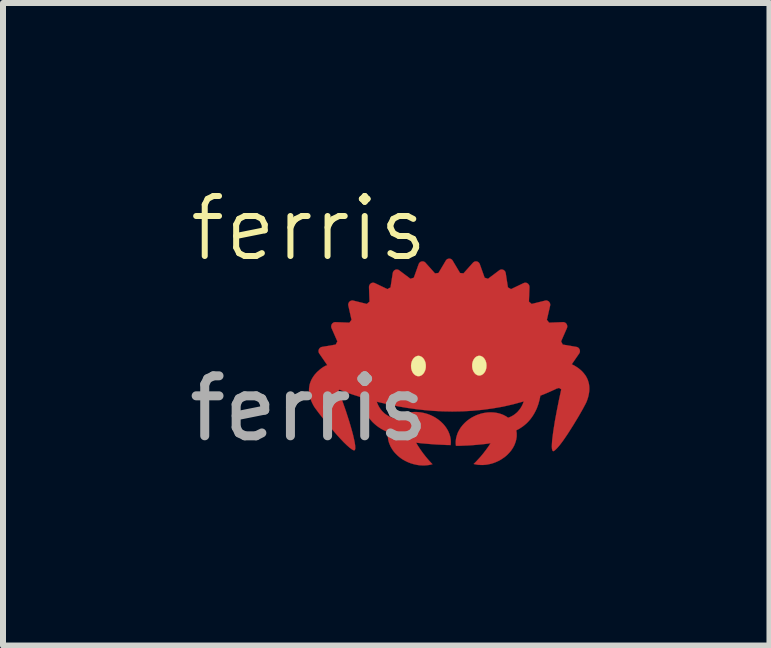
<source format=kicad_pcb>
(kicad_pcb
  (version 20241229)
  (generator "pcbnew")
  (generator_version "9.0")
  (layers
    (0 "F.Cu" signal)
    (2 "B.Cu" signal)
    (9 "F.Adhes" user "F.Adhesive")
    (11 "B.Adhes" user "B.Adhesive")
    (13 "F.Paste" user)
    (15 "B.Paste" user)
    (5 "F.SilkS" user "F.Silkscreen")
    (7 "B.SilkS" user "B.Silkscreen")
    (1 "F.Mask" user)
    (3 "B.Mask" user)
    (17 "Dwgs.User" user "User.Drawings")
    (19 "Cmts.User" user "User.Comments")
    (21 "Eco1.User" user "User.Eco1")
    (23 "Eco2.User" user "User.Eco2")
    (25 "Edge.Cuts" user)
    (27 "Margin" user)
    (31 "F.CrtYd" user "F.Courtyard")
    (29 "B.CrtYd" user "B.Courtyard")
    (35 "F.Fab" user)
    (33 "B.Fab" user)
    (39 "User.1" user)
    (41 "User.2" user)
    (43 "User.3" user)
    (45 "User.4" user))
  (footprint "ferris"
    (layer "F.Cu")
    (at 2.101 1.26)
    (property "Reference" "ferris" (at 0 -0.5 0) (unlocked yes) (layer "F.SilkS") (effects (font (size 1 1) (thickness 0.1))))
    (attr smd)
    (fp_poly (pts (xy 1.929 1.562) (xy 1.949 1.564) (xy 1.968 1.566) (xy 1.988 1.57) (xy 2.008 1.576) (xy 2.027 1.582) (xy 2.047 1.591) (xy 2.066 1.601) (xy 2.084 1.614) (xy 2.102 1.628) (xy 2.119 1.645) (xy 2.135 1.663) (xy 2.15 1.685) (xy 2.164 1.709) (xy 2.177 1.735) (xy 2.188 1.764) (xy 2.198 1.797) (xy 2.202 1.815) (xy 2.205 1.836) (xy 2.208 1.863) (xy 2.21 1.895) (xy 2.21 1.931) (xy 2.207 1.969) (xy 2.204 1.989) (xy 2.2 2.009) (xy 2.195 2.03) (xy 2.188 2.05) (xy 2.18 2.07) (xy 2.171 2.089) (xy 2.16 2.108) (xy 2.147 2.127) (xy 2.133 2.144) (xy 2.116 2.161) (xy 2.097 2.176) (xy 2.077 2.19) (xy 2.053 2.203) (xy 2.028 2.214) (xy 2 2.223) (xy 1.969 2.231) (xy 1.936 2.237) (xy 1.899 2.24) (xy 1.878 2.235) (xy 1.854 2.227) (xy 1.824 2.216) (xy 1.791 2.2) (xy 1.755 2.18) (xy 1.737 2.168) (xy 1.719 2.154) (xy 1.702 2.139) (xy 1.686 2.123) (xy 1.67 2.104) (xy 1.656 2.085) (xy 1.644 2.063) (xy 1.633 2.04) (xy 1.624 2.014) (xy 1.618 1.987) (xy 1.614 1.958) (xy 1.613 1.927) (xy 1.615 1.894) (xy 1.62 1.859) (xy 1.629 1.821) (xy 1.641 1.781) (xy 1.658 1.739) (xy 1.679 1.695) (xy 1.704 1.648) (xy 1.735 1.598) (xy 1.735 1.598) (xy 1.75 1.592) (xy 1.769 1.585) (xy 1.793 1.578) (xy 1.822 1.571) (xy 1.855 1.566) (xy 1.873 1.564) (xy 1.891 1.562) (xy 1.91 1.562)) (stroke (width 0.004) (type solid)) (fill yes) (layer "F.Cu"))
    (fp_poly (pts (xy 2.915 1.558) (xy 2.933 1.56) (xy 2.951 1.563) (xy 2.97 1.568) (xy 2.989 1.575) (xy 3.008 1.584) (xy 3.028 1.595) (xy 3.048 1.608) (xy 3.067 1.623) (xy 3.087 1.641) (xy 3.107 1.661) (xy 3.114 1.675) (xy 3.131 1.712) (xy 3.141 1.738) (xy 3.151 1.768) (xy 3.161 1.8) (xy 3.17 1.836) (xy 3.173 1.854) (xy 3.176 1.873) (xy 3.179 1.892) (xy 3.181 1.911) (xy 3.181 1.931) (xy 3.181 1.95) (xy 3.18 1.969) (xy 3.178 1.988) (xy 3.174 2.007) (xy 3.169 2.026) (xy 3.163 2.044) (xy 3.155 2.062) (xy 3.146 2.079) (xy 3.135 2.096) (xy 3.122 2.111) (xy 3.107 2.126) (xy 3.095 2.135) (xy 3.081 2.145) (xy 3.062 2.157) (xy 3.039 2.17) (xy 3.013 2.184) (xy 2.983 2.197) (xy 2.968 2.202) (xy 2.952 2.208) (xy 2.935 2.213) (xy 2.918 2.217) (xy 2.901 2.22) (xy 2.883 2.222) (xy 2.866 2.223) (xy 2.848 2.223) (xy 2.83 2.221) (xy 2.813 2.218) (xy 2.795 2.213) (xy 2.778 2.207) (xy 2.761 2.199) (xy 2.744 2.189) (xy 2.728 2.177) (xy 2.712 2.162) (xy 2.697 2.146) (xy 2.682 2.126) (xy 2.675 2.119) (xy 2.667 2.109) (xy 2.657 2.095) (xy 2.646 2.078) (xy 2.64 2.068) (xy 2.634 2.057) (xy 2.629 2.045) (xy 2.624 2.032) (xy 2.619 2.019) (xy 2.614 2.004) (xy 2.61 1.989) (xy 2.607 1.973) (xy 2.604 1.956) (xy 2.602 1.938) (xy 2.602 1.919) (xy 2.602 1.9) (xy 2.603 1.879) (xy 2.606 1.858) (xy 2.61 1.836) (xy 2.615 1.814) (xy 2.622 1.79) (xy 2.63 1.766) (xy 2.64 1.741) (xy 2.652 1.715) (xy 2.666 1.689) (xy 2.682 1.661) (xy 2.692 1.652) (xy 2.703 1.641) (xy 2.719 1.629) (xy 2.738 1.615) (xy 2.749 1.607) (xy 2.761 1.6) (xy 2.773 1.593) (xy 2.787 1.586) (xy 2.801 1.58) (xy 2.815 1.574) (xy 2.83 1.569) (xy 2.846 1.565) (xy 2.863 1.562) (xy 2.879 1.559) (xy 2.897 1.558)) (stroke (width 0.004) (type solid)) (fill yes) (layer "F.Cu"))
    (fp_poly (pts (xy 1.801 1.585) (xy 1.807 1.585) (xy 1.813 1.586) (xy 1.819 1.588) (xy 1.825 1.59) (xy 1.831 1.592) (xy 1.837 1.595) (xy 1.843 1.598) (xy 1.848 1.601) (xy 1.853 1.605) (xy 1.858 1.609) (xy 1.863 1.613) (xy 1.868 1.618) (xy 1.873 1.623) (xy 1.877 1.628) (xy 1.882 1.634) (xy 1.886 1.64) (xy 1.89 1.646) (xy 1.893 1.652) (xy 1.897 1.659) (xy 1.9 1.666) (xy 1.903 1.673) (xy 1.905 1.68) (xy 1.908 1.688) (xy 1.91 1.695) (xy 1.912 1.703) (xy 1.914 1.711) (xy 1.915 1.72) (xy 1.916 1.728) (xy 1.917 1.736) (xy 1.917 1.745) (xy 1.918 1.754) (xy 1.917 1.771) (xy 1.915 1.788) (xy 1.912 1.804) (xy 1.908 1.819) (xy 1.903 1.834) (xy 1.897 1.848) (xy 1.89 1.861) (xy 1.882 1.873) (xy 1.873 1.884) (xy 1.868 1.889) (xy 1.863 1.894) (xy 1.858 1.898) (xy 1.853 1.902) (xy 1.848 1.906) (xy 1.843 1.909) (xy 1.837 1.912) (xy 1.831 1.915) (xy 1.825 1.917) (xy 1.819 1.919) (xy 1.813 1.921) (xy 1.807 1.922) (xy 1.801 1.922) (xy 1.795 1.923) (xy 1.788 1.922) (xy 1.782 1.922) (xy 1.776 1.921) (xy 1.77 1.919) (xy 1.764 1.917) (xy 1.758 1.915) (xy 1.752 1.912) (xy 1.747 1.909) (xy 1.741 1.906) (xy 1.736 1.902) (xy 1.731 1.898) (xy 1.726 1.894) (xy 1.721 1.889) (xy 1.716 1.884) (xy 1.712 1.879) (xy 1.708 1.873) (xy 1.704 1.867) (xy 1.7 1.861) (xy 1.696 1.855) (xy 1.693 1.848) (xy 1.69 1.841) (xy 1.687 1.834) (xy 1.684 1.827) (xy 1.681 1.819) (xy 1.679 1.812) (xy 1.677 1.804) (xy 1.676 1.796) (xy 1.674 1.788) (xy 1.673 1.779) (xy 1.672 1.771) (xy 1.672 1.762) (xy 1.672 1.754) (xy 1.672 1.736) (xy 1.674 1.72) (xy 1.677 1.703) (xy 1.681 1.688) (xy 1.687 1.673) (xy 1.693 1.659) (xy 1.7 1.646) (xy 1.708 1.634) (xy 1.716 1.623) (xy 1.721 1.618) (xy 1.726 1.613) (xy 1.731 1.609) (xy 1.736 1.605) (xy 1.741 1.601) (xy 1.747 1.598) (xy 1.752 1.595) (xy 1.758 1.592) (xy 1.764 1.59) (xy 1.77 1.588) (xy 1.776 1.586) (xy 1.782 1.585) (xy 1.788 1.585) (xy 1.795 1.585)) (stroke (width 0.004) (type solid)) (fill yes) (layer "F.Cu"))
    (fp_poly (pts (xy 2.815 1.584) (xy 2.821 1.585) (xy 2.827 1.586) (xy 2.833 1.587) (xy 2.839 1.589) (xy 2.845 1.591) (xy 2.85 1.594) (xy 2.856 1.597) (xy 2.861 1.6) (xy 2.866 1.603) (xy 2.871 1.607) (xy 2.876 1.612) (xy 2.88 1.616) (xy 2.885 1.621) (xy 2.889 1.626) (xy 2.893 1.632) (xy 2.897 1.637) (xy 2.901 1.643) (xy 2.905 1.65) (xy 2.908 1.656) (xy 2.911 1.663) (xy 2.914 1.67) (xy 2.917 1.677) (xy 2.919 1.684) (xy 2.921 1.691) (xy 2.923 1.699) (xy 2.925 1.707) (xy 2.926 1.715) (xy 2.927 1.723) (xy 2.928 1.731) (xy 2.928 1.739) (xy 2.928 1.748) (xy 2.928 1.764) (xy 2.926 1.781) (xy 2.923 1.796) (xy 2.919 1.811) (xy 2.914 1.826) (xy 2.908 1.839) (xy 2.901 1.852) (xy 2.893 1.864) (xy 2.885 1.874) (xy 2.88 1.879) (xy 2.876 1.884) (xy 2.871 1.888) (xy 2.866 1.892) (xy 2.861 1.895) (xy 2.856 1.899) (xy 2.85 1.902) (xy 2.845 1.904) (xy 2.839 1.906) (xy 2.833 1.908) (xy 2.827 1.91) (xy 2.821 1.911) (xy 2.815 1.911) (xy 2.809 1.912) (xy 2.803 1.911) (xy 2.797 1.911) (xy 2.791 1.91) (xy 2.785 1.908) (xy 2.779 1.906) (xy 2.774 1.904) (xy 2.768 1.902) (xy 2.763 1.899) (xy 2.757 1.895) (xy 2.752 1.892) (xy 2.747 1.888) (xy 2.742 1.884) (xy 2.738 1.879) (xy 2.733 1.874) (xy 2.729 1.869) (xy 2.725 1.864) (xy 2.721 1.858) (xy 2.717 1.852) (xy 2.714 1.846) (xy 2.71 1.839) (xy 2.707 1.833) (xy 2.704 1.826) (xy 2.702 1.819) (xy 2.699 1.811) (xy 2.697 1.804) (xy 2.695 1.796) (xy 2.694 1.789) (xy 2.692 1.781) (xy 2.691 1.773) (xy 2.691 1.764) (xy 2.69 1.756) (xy 2.69 1.748) (xy 2.691 1.731) (xy 2.692 1.715) (xy 2.695 1.699) (xy 2.699 1.684) (xy 2.704 1.67) (xy 2.71 1.656) (xy 2.717 1.643) (xy 2.725 1.632) (xy 2.733 1.621) (xy 2.738 1.616) (xy 2.742 1.612) (xy 2.747 1.607) (xy 2.752 1.603) (xy 2.757 1.6) (xy 2.763 1.597) (xy 2.768 1.594) (xy 2.774 1.591) (xy 2.779 1.589) (xy 2.785 1.587) (xy 2.791 1.586) (xy 2.797 1.585) (xy 2.803 1.584) (xy 2.809 1.584)) (stroke (width 0.004) (type solid)) (fill yes) (layer "F.Cu"))
    (fp_poly (pts (xy 2.34 0.001) (xy 2.342 0.002) (xy 2.344 0.002) (xy 2.346 0.002) (xy 2.348 0.002) (xy 2.351 0.003) (xy 2.353 0.003) (xy 2.355 0.004) (xy 2.357 0.004) (xy 2.359 0.005) (xy 2.361 0.006) (xy 2.363 0.007) (xy 2.365 0.007) (xy 2.367 0.008) (xy 2.369 0.009) (xy 2.371 0.01) (xy 2.373 0.011) (xy 2.374 0.013) (xy 2.376 0.014) (xy 2.378 0.015) (xy 2.38 0.017) (xy 2.381 0.018) (xy 2.383 0.019) (xy 2.384 0.021) (xy 2.386 0.022) (xy 2.387 0.024) (xy 2.389 0.026) (xy 2.39 0.028) (xy 2.392 0.029) (xy 2.393 0.031) (xy 2.394 0.033) (xy 2.395 0.035) (xy 2.518 0.241) (xy 2.532 0.242) (xy 2.546 0.244) (xy 2.561 0.245) (xy 2.575 0.247) (xy 2.733 0.07) (xy 2.737 0.066) (xy 2.74 0.063) (xy 2.743 0.061) (xy 2.747 0.058) (xy 2.751 0.056) (xy 2.754 0.054) (xy 2.758 0.052) (xy 2.762 0.051) (xy 2.766 0.049) (xy 2.771 0.048) (xy 2.775 0.048) (xy 2.779 0.047) (xy 2.783 0.047) (xy 2.788 0.047) (xy 2.792 0.048) (xy 2.796 0.048) (xy 2.801 0.05) (xy 2.805 0.051) (xy 2.809 0.052) (xy 2.813 0.054) (xy 2.817 0.056) (xy 2.82 0.059) (xy 2.824 0.061) (xy 2.827 0.064) (xy 2.83 0.067) (xy 2.833 0.07) (xy 2.836 0.074) (xy 2.839 0.077) (xy 2.841 0.081) (xy 2.843 0.085) (xy 2.845 0.089) (xy 2.847 0.093) (xy 2.928 0.32) (xy 2.942 0.324) (xy 2.956 0.328) (xy 2.97 0.333) (xy 2.984 0.337) (xy 3.172 0.196) (xy 3.176 0.194) (xy 3.179 0.191) (xy 3.183 0.189) (xy 3.187 0.187) (xy 3.191 0.186) (xy 3.195 0.185) (xy 3.2 0.184) (xy 3.204 0.183) (xy 3.208 0.183) (xy 3.212 0.183) (xy 3.217 0.183) (xy 3.221 0.183) (xy 3.225 0.184) (xy 3.229 0.185) (xy 3.234 0.187) (xy 3.238 0.188) (xy 3.242 0.19) (xy 3.246 0.192) (xy 3.249 0.195) (xy 3.253 0.197) (xy 3.256 0.2) (xy 3.259 0.203) (xy 3.262 0.206) (xy 3.265 0.21) (xy 3.268 0.213) (xy 3.27 0.217) (xy 3.272 0.221) (xy 3.274 0.225) (xy 3.275 0.229) (xy 3.277 0.233) (xy 3.278 0.238) (xy 3.279 0.242) (xy 3.316 0.481) (xy 3.329 0.488) (xy 3.342 0.495) (xy 3.355 0.502) (xy 3.367 0.51) (xy 3.578 0.409) (xy 3.582 0.408) (xy 3.587 0.406) (xy 3.591 0.405) (xy 3.595 0.404) (xy 3.599 0.403) (xy 3.604 0.403) (xy 3.608 0.403) (xy 3.612 0.403) (xy 3.616 0.404) (xy 3.621 0.404) (xy 3.625 0.405) (xy 3.629 0.407) (xy 3.633 0.408) (xy 3.637 0.41) (xy 3.641 0.412) (xy 3.644 0.415) (xy 3.648 0.418) (xy 3.651 0.42) (xy 3.654 0.423) (xy 3.657 0.427) (xy 3.66 0.43) (xy 3.663 0.434) (xy 3.665 0.438) (xy 3.667 0.441) (xy 3.669 0.445) (xy 3.671 0.45) (xy 3.672 0.454) (xy 3.673 0.458) (xy 3.674 0.463) (xy 3.674 0.467) (xy 3.675 0.472) (xy 3.675 0.476) (xy 3.666 0.718) (xy 3.678 0.728) (xy 3.689 0.737) (xy 3.7 0.747) (xy 3.711 0.757) (xy 3.937 0.701) (xy 3.941 0.7) (xy 3.946 0.7) (xy 3.95 0.699) (xy 3.954 0.699) (xy 3.959 0.699) (xy 3.963 0.7) (xy 3.967 0.701) (xy 3.971 0.702) (xy 3.975 0.703) (xy 3.979 0.705) (xy 3.983 0.707) (xy 3.987 0.709) (xy 3.991 0.711) (xy 3.994 0.714) (xy 3.998 0.717) (xy 4.001 0.72) (xy 4.004 0.723) (xy 4.007 0.727) (xy 4.009 0.73) (xy 4.011 0.734) (xy 4.013 0.738) (xy 4.015 0.742) (xy 4.017 0.746) (xy 4.018 0.751) (xy 4.019 0.755) (xy 4.02 0.759) (xy 4.02 0.764) (xy 4.021 0.768) (xy 4.021 0.773) (xy 4.02 0.777) (xy 4.02 0.782) (xy 4.019 0.786) (xy 3.965 1.022) (xy 3.975 1.034) (xy 3.984 1.045) (xy 3.993 1.057) (xy 4.002 1.069) (xy 4.234 1.06) (xy 4.237 1.06) (xy 4.239 1.06) (xy 4.241 1.06) (xy 4.243 1.06) (xy 4.245 1.061) (xy 4.247 1.061) (xy 4.25 1.061) (xy 4.252 1.062) (xy 4.254 1.062) (xy 4.256 1.063) (xy 4.258 1.064) (xy 4.26 1.064) (xy 4.264 1.066) (xy 4.268 1.068) (xy 4.272 1.07) (xy 4.275 1.072) (xy 4.279 1.075) (xy 4.282 1.078) (xy 4.285 1.081) (xy 4.288 1.084) (xy 4.289 1.086) (xy 4.291 1.088) (xy 4.292 1.09) (xy 4.293 1.092) (xy 4.296 1.096) (xy 4.298 1.1) (xy 4.299 1.104) (xy 4.301 1.108) (xy 4.302 1.112) (xy 4.303 1.116) (xy 4.304 1.121) (xy 4.305 1.125) (xy 4.305 1.13) (xy 4.305 1.134) (xy 4.304 1.139) (xy 4.304 1.143) (xy 4.303 1.148) (xy 4.302 1.152) (xy 4.3 1.156) (xy 4.299 1.16) (xy 4.202 1.381) (xy 4.209 1.394) (xy 4.216 1.407) (xy 4.223 1.421) (xy 4.23 1.434) (xy 4.459 1.473) (xy 4.463 1.474) (xy 4.467 1.475) (xy 4.471 1.476) (xy 4.475 1.478) (xy 4.479 1.48) (xy 4.483 1.482) (xy 4.487 1.485) (xy 4.49 1.487) (xy 4.493 1.49) (xy 4.496 1.493) (xy 4.499 1.497) (xy 4.502 1.5) (xy 4.504 1.504) (xy 4.507 1.508) (xy 4.509 1.512) (xy 4.511 1.516) (xy 4.512 1.52) (xy 4.513 1.524) (xy 4.514 1.529) (xy 4.515 1.533) (xy 4.516 1.538) (xy 4.516 1.542) (xy 4.516 1.547) (xy 4.515 1.551) (xy 4.515 1.556) (xy 4.514 1.56) (xy 4.513 1.564) (xy 4.511 1.568) (xy 4.51 1.573) (xy 4.508 1.577) (xy 4.505 1.581) (xy 4.503 1.584) (xy 4.38 1.762) (xy 4.404 1.774) (xy 4.43 1.788) (xy 4.459 1.806) (xy 4.489 1.826) (xy 4.52 1.851) (xy 4.55 1.878) (xy 4.579 1.91) (xy 4.606 1.945) (xy 4.618 1.964) (xy 4.629 1.984) (xy 4.639 2.005) (xy 4.649 2.028) (xy 4.656 2.051) (xy 4.663 2.075) (xy 4.668 2.1) (xy 4.671 2.127) (xy 4.673 2.155) (xy 4.673 2.183) (xy 4.671 2.213) (xy 4.667 2.244) (xy 4.661 2.277) (xy 4.653 2.31) (xy 4.642 2.345) (xy 4.629 2.381) (xy 4.624 2.393) (xy 4.611 2.42) (xy 4.563 2.51) (xy 4.492 2.634) (xy 4.406 2.776) (xy 4.314 2.921) (xy 4.268 2.989) (xy 4.224 3.052) (xy 4.182 3.107) (xy 4.143 3.153) (xy 4.109 3.187) (xy 4.094 3.2) (xy 4.081 3.208) (xy 4.073 3.211) (xy 4.066 3.209) (xy 4.061 3.204) (xy 4.056 3.196) (xy 4.05 3.169) (xy 4.048 3.13) (xy 4.05 3.081) (xy 4.054 3.022) (xy 4.072 2.88) (xy 4.098 2.715) (xy 4.131 2.537) (xy 4.167 2.356) (xy 4.205 2.181) (xy 4.201 2.178) (xy 4.197 2.175) (xy 4.192 2.172) (xy 4.188 2.169) (xy 4.183 2.166) (xy 4.178 2.163) (xy 4.172 2.159) (xy 4.167 2.156) (xy 4.163 2.158) (xy 4.158 2.16) (xy 4.153 2.161) (xy 4.148 2.163) (xy 4.144 2.164) (xy 4.139 2.165) (xy 4.134 2.166) (xy 4.129 2.167) (xy 4.095 2.184) (xy 4.061 2.199) (xy 4.026 2.215) (xy 3.992 2.23) (xy 3.924 2.259) (xy 3.856 2.286) (xy 3.851 2.316) (xy 3.844 2.348) (xy 3.835 2.383) (xy 3.825 2.42) (xy 3.812 2.458) (xy 3.797 2.497) (xy 3.778 2.538) (xy 3.757 2.578) (xy 3.733 2.618) (xy 3.705 2.658) (xy 3.69 2.678) (xy 3.674 2.697) (xy 3.657 2.716) (xy 3.639 2.735) (xy 3.62 2.753) (xy 3.6 2.77) (xy 3.578 2.788) (xy 3.556 2.804) (xy 3.532 2.82) (xy 3.508 2.836) (xy 3.482 2.85) (xy 3.455 2.864) (xy 3.458 2.883) (xy 3.461 2.902) (xy 3.462 2.922) (xy 3.462 2.941) (xy 3.462 2.96) (xy 3.46 2.98) (xy 3.457 2.999) (xy 3.454 3.018) (xy 3.449 3.037) (xy 3.444 3.056) (xy 3.437 3.075) (xy 3.43 3.094) (xy 3.422 3.113) (xy 3.413 3.131) (xy 3.403 3.149) (xy 3.392 3.167) (xy 3.38 3.185) (xy 3.368 3.202) (xy 3.354 3.219) (xy 3.34 3.235) (xy 3.325 3.251) (xy 3.31 3.267) (xy 3.294 3.282) (xy 3.276 3.297) (xy 3.259 3.311) (xy 3.24 3.324) (xy 3.221 3.337) (xy 3.201 3.35) (xy 3.181 3.362) (xy 3.16 3.373) (xy 3.138 3.383) (xy 3.116 3.393) (xy 3.092 3.402) (xy 3.068 3.411) (xy 3.044 3.418) (xy 3.02 3.424) (xy 2.996 3.429) (xy 2.972 3.434) (xy 2.949 3.437) (xy 2.925 3.439) (xy 2.902 3.441) (xy 2.878 3.441) (xy 2.855 3.44) (xy 2.833 3.439) (xy 2.81 3.437) (xy 2.788 3.433) (xy 2.766 3.429) (xy 2.745 3.424) (xy 2.776 3.394) (xy 2.805 3.363) (xy 2.833 3.333) (xy 2.86 3.303) (xy 2.885 3.273) (xy 2.908 3.245) (xy 2.929 3.217) (xy 2.949 3.192) (xy 2.966 3.168) (xy 2.982 3.146) (xy 3.006 3.111) (xy 3.027 3.079) (xy 2.954 3.089) (xy 2.881 3.097) (xy 2.808 3.104) (xy 2.735 3.11) (xy 2.663 3.115) (xy 2.591 3.118) (xy 2.52 3.121) (xy 2.45 3.122) (xy 2.448 3.104) (xy 2.446 3.085) (xy 2.446 3.066) (xy 2.446 3.048) (xy 2.448 3.029) (xy 2.45 3.01) (xy 2.453 2.991) (xy 2.458 2.973) (xy 2.463 2.954) (xy 2.469 2.936) (xy 2.475 2.917) (xy 2.483 2.899) (xy 2.491 2.881) (xy 2.501 2.864) (xy 2.511 2.846) (xy 2.522 2.829) (xy 2.533 2.812) (xy 2.546 2.796) (xy 2.559 2.779) (xy 2.573 2.764) (xy 2.588 2.748) (xy 2.603 2.733) (xy 2.619 2.718) (xy 2.636 2.704) (xy 2.653 2.691) (xy 2.671 2.678) (xy 2.69 2.665) (xy 2.709 2.653) (xy 2.729 2.642) (xy 2.75 2.631) (xy 2.771 2.621) (xy 2.792 2.611) (xy 2.828 2.598) (xy 2.865 2.586) (xy 2.901 2.577) (xy 2.937 2.571) (xy 2.973 2.566) (xy 3.008 2.564) (xy 3.044 2.564) (xy 3.078 2.566) (xy 3.112 2.57) (xy 3.145 2.576) (xy 3.177 2.584) (xy 3.208 2.594) (xy 3.238 2.606) (xy 3.266 2.62) (xy 3.294 2.636) (xy 3.319 2.654) (xy 3.337 2.647) (xy 3.355 2.64) (xy 3.373 2.631) (xy 3.392 2.621) (xy 3.41 2.61) (xy 3.428 2.597) (xy 3.446 2.583) (xy 3.464 2.568) (xy 3.481 2.551) (xy 3.497 2.532) (xy 3.513 2.512) (xy 3.529 2.49) (xy 3.543 2.466) (xy 3.557 2.439) (xy 3.569 2.411) (xy 3.58 2.381) (xy 3.405 2.429) (xy 3.231 2.469) (xy 3.058 2.499) (xy 2.887 2.522) (xy 2.718 2.538) (xy 2.552 2.547) (xy 2.389 2.55) (xy 2.229 2.547) (xy 2.073 2.539) (xy 1.922 2.526) (xy 1.775 2.509) (xy 1.634 2.489) (xy 1.498 2.466) (xy 1.368 2.441) (xy 1.129 2.386) (xy 1.136 2.404) (xy 1.143 2.421) (xy 1.15 2.438) (xy 1.158 2.454) (xy 1.166 2.469) (xy 1.175 2.484) (xy 1.184 2.498) (xy 1.193 2.511) (xy 1.203 2.523) (xy 1.212 2.535) (xy 1.222 2.547) (xy 1.233 2.557) (xy 1.243 2.567) (xy 1.253 2.577) (xy 1.275 2.594) (xy 1.297 2.609) (xy 1.319 2.623) (xy 1.341 2.634) (xy 1.362 2.644) (xy 1.384 2.652) (xy 1.405 2.659) (xy 1.425 2.665) (xy 1.445 2.669) (xy 1.47 2.649) (xy 1.496 2.632) (xy 1.525 2.616) (xy 1.554 2.602) (xy 1.585 2.589) (xy 1.617 2.579) (xy 1.651 2.571) (xy 1.685 2.565) (xy 1.72 2.56) (xy 1.755 2.558) (xy 1.792 2.558) (xy 1.829 2.561) (xy 1.866 2.565) (xy 1.903 2.572) (xy 1.941 2.581) (xy 1.978 2.592) (xy 2.002 2.601) (xy 2.025 2.61) (xy 2.047 2.62) (xy 2.069 2.631) (xy 2.09 2.642) (xy 2.11 2.654) (xy 2.13 2.667) (xy 2.149 2.68) (xy 2.167 2.694) (xy 2.185 2.708) (xy 2.202 2.723) (xy 2.218 2.739) (xy 2.234 2.754) (xy 2.249 2.771) (xy 2.262 2.787) (xy 2.276 2.805) (xy 2.288 2.822) (xy 2.299 2.84) (xy 2.31 2.858) (xy 2.32 2.876) (xy 2.328 2.895) (xy 2.336 2.914) (xy 2.343 2.933) (xy 2.349 2.952) (xy 2.354 2.972) (xy 2.358 2.991) (xy 2.361 3.011) (xy 2.363 3.031) (xy 2.364 3.05) (xy 2.364 3.07) (xy 2.363 3.09) (xy 2.361 3.109) (xy 2.3 3.108) (xy 2.241 3.105) (xy 2.131 3.1) (xy 2.032 3.093) (xy 1.948 3.086) (xy 1.879 3.08) (xy 1.828 3.074) (xy 1.785 3.069) (xy 1.805 3.103) (xy 1.828 3.14) (xy 1.86 3.188) (xy 1.9 3.244) (xy 1.923 3.273) (xy 1.947 3.304) (xy 1.973 3.335) (xy 2 3.366) (xy 2.028 3.397) (xy 2.058 3.428) (xy 2.038 3.433) (xy 2.017 3.438) (xy 1.996 3.442) (xy 1.974 3.444) (xy 1.952 3.447) (xy 1.93 3.448) (xy 1.908 3.448) (xy 1.885 3.448) (xy 1.862 3.447) (xy 1.839 3.445) (xy 1.816 3.442) (xy 1.793 3.438) (xy 1.77 3.433) (xy 1.747 3.428) (xy 1.723 3.421) (xy 1.7 3.414) (xy 1.676 3.405) (xy 1.653 3.396) (xy 1.631 3.386) (xy 1.609 3.375) (xy 1.588 3.364) (xy 1.567 3.352) (xy 1.547 3.339) (xy 1.528 3.326) (xy 1.51 3.312) (xy 1.492 3.297) (xy 1.475 3.282) (xy 1.459 3.266) (xy 1.443 3.25) (xy 1.428 3.234) (xy 1.414 3.217) (xy 1.401 3.2) (xy 1.389 3.182) (xy 1.378 3.164) (xy 1.367 3.146) (xy 1.357 3.127) (xy 1.349 3.108) (xy 1.341 3.089) (xy 1.334 3.07) (xy 1.328 3.051) (xy 1.323 3.031) (xy 1.319 3.011) (xy 1.317 2.992) (xy 1.315 2.972) (xy 1.314 2.952) (xy 1.314 2.932) (xy 1.315 2.912) (xy 1.318 2.892) (xy 1.287 2.88) (xy 1.258 2.867) (xy 1.23 2.853) (xy 1.203 2.838) (xy 1.178 2.822) (xy 1.154 2.806) (xy 1.131 2.789) (xy 1.109 2.771) (xy 1.088 2.753) (xy 1.069 2.735) (xy 1.05 2.716) (xy 1.033 2.696) (xy 1.016 2.676) (xy 1.001 2.656) (xy 0.973 2.616) (xy 0.948 2.574) (xy 0.927 2.533) (xy 0.909 2.492) (xy 0.893 2.452) (xy 0.88 2.413) (xy 0.87 2.376) (xy 0.862 2.34) (xy 0.855 2.308) (xy 0.798 2.289) (xy 0.744 2.272) (xy 0.694 2.255) (xy 0.648 2.239) (xy 0.607 2.224) (xy 0.57 2.21) (xy 0.508 2.185) (xy 0.504 2.189) (xy 0.5 2.193) (xy 0.498 2.195) (xy 0.496 2.197) (xy 0.494 2.199) (xy 0.492 2.201) (xy 0.554 2.368) (xy 0.615 2.542) (xy 0.67 2.713) (xy 0.694 2.794) (xy 0.716 2.872) (xy 0.735 2.943) (xy 0.75 3.009) (xy 0.762 3.066) (xy 0.769 3.115) (xy 0.771 3.153) (xy 0.771 3.168) (xy 0.768 3.18) (xy 0.765 3.189) (xy 0.76 3.195) (xy 0.753 3.197) (xy 0.745 3.196) (xy 0.73 3.19) (xy 0.714 3.18) (xy 0.675 3.151) (xy 0.63 3.111) (xy 0.58 3.063) (xy 0.527 3.007) (xy 0.472 2.947) (xy 0.359 2.817) (xy 0.253 2.689) (xy 0.165 2.577) (xy 0.104 2.495) (xy 0.087 2.471) (xy 0.08 2.459) (xy 0.058 2.418) (xy 0.04 2.378) (xy 0.025 2.339) (xy 0.014 2.301) (xy 0.006 2.265) (xy 0.002 2.23) (xy 0.000011 2.197) (xy 0.001 2.165) (xy 0.005 2.134) (xy 0.01 2.104) (xy 0.018 2.076) (xy 0.028 2.049) (xy 0.039 2.023) (xy 0.052 1.999) (xy 0.066 1.976) (xy 0.081 1.954) (xy 0.096 1.934) (xy 0.113 1.915) (xy 0.129 1.897) (xy 0.146 1.881) (xy 0.179 1.852) (xy 0.209 1.828) (xy 0.236 1.81) (xy 0.258 1.797) (xy 0.277 1.786) (xy 0.278 1.786) (xy 0.28 1.787) (xy 0.281 1.787) (xy 0.283 1.787) (xy 0.285 1.786) (xy 0.288 1.784) (xy 0.291 1.783) (xy 0.293 1.781) (xy 0.296 1.78) (xy 0.299 1.779) (xy 0.302 1.777) (xy 0.304 1.776) (xy 0.172 1.584) (xy 0.169 1.581) (xy 0.167 1.577) (xy 0.165 1.573) (xy 0.164 1.568) (xy 0.162 1.564) (xy 0.161 1.56) (xy 0.16 1.556) (xy 0.16 1.551) (xy 0.159 1.547) (xy 0.159 1.542) (xy 0.159 1.538) (xy 0.16 1.533) (xy 0.16 1.529) (xy 0.161 1.524) (xy 0.163 1.52) (xy 0.164 1.516) (xy 0.166 1.512) (xy 0.168 1.508) (xy 0.17 1.504) (xy 0.173 1.5) (xy 0.176 1.497) (xy 0.179 1.493) (xy 0.182 1.49) (xy 0.185 1.487) (xy 0.188 1.485) (xy 0.192 1.482) (xy 0.196 1.48) (xy 0.2 1.478) (xy 0.204 1.476) (xy 0.208 1.475) (xy 0.212 1.474) (xy 0.216 1.473) (xy 0.445 1.434) (xy 0.452 1.421) (xy 0.459 1.407) (xy 0.466 1.394) (xy 0.473 1.381) (xy 0.376 1.16) (xy 0.375 1.156) (xy 0.373 1.152) (xy 0.372 1.148) (xy 0.371 1.143) (xy 0.371 1.139) (xy 0.37 1.134) (xy 0.37 1.13) (xy 0.37 1.125) (xy 0.371 1.121) (xy 0.372 1.116) (xy 0.373 1.112) (xy 0.374 1.108) (xy 0.375 1.104) (xy 0.377 1.1) (xy 0.379 1.096) (xy 0.382 1.092) (xy 0.384 1.088) (xy 0.387 1.084) (xy 0.39 1.081) (xy 0.393 1.078) (xy 0.396 1.075) (xy 0.4 1.073) (xy 0.403 1.07) (xy 0.407 1.068) (xy 0.411 1.066) (xy 0.415 1.064) (xy 0.419 1.063) (xy 0.423 1.062) (xy 0.428 1.061) (xy 0.432 1.061) (xy 0.436 1.06) (xy 0.441 1.06) (xy 0.673 1.069) (xy 0.682 1.057) (xy 0.691 1.045) (xy 0.7 1.034) (xy 0.709 1.022) (xy 0.656 0.786) (xy 0.655 0.782) (xy 0.655 0.777) (xy 0.654 0.773) (xy 0.654 0.768) (xy 0.654 0.764) (xy 0.655 0.759) (xy 0.656 0.755) (xy 0.657 0.751) (xy 0.658 0.746) (xy 0.66 0.742) (xy 0.661 0.738) (xy 0.664 0.734) (xy 0.666 0.73) (xy 0.668 0.727) (xy 0.671 0.723) (xy 0.674 0.72) (xy 0.677 0.717) (xy 0.681 0.714) (xy 0.684 0.711) (xy 0.688 0.709) (xy 0.692 0.707) (xy 0.696 0.705) (xy 0.7 0.703) (xy 0.704 0.702) (xy 0.708 0.701) (xy 0.712 0.7) (xy 0.716 0.699) (xy 0.721 0.699) (xy 0.725 0.699) (xy 0.729 0.7) (xy 0.734 0.7) (xy 0.738 0.701) (xy 0.964 0.757) (xy 0.975 0.747) (xy 0.986 0.737) (xy 0.997 0.728) (xy 1.009 0.718) (xy 1 0.476) (xy 1 0.472) (xy 1.001 0.467) (xy 1.001 0.463) (xy 1.002 0.458) (xy 1.003 0.454) (xy 1.004 0.45) (xy 1.006 0.445) (xy 1.008 0.441) (xy 1.01 0.438) (xy 1.012 0.434) (xy 1.015 0.43) (xy 1.018 0.427) (xy 1.021 0.423) (xy 1.024 0.42) (xy 1.027 0.418) (xy 1.031 0.415) (xy 1.034 0.412) (xy 1.038 0.41) (xy 1.042 0.408) (xy 1.046 0.407) (xy 1.05 0.405) (xy 1.054 0.404) (xy 1.059 0.404) (xy 1.063 0.403) (xy 1.067 0.403) (xy 1.071 0.403) (xy 1.076 0.403) (xy 1.08 0.404) (xy 1.084 0.405) (xy 1.088 0.406) (xy 1.093 0.408) (xy 1.097 0.409) (xy 1.308 0.51) (xy 1.32 0.502) (xy 1.333 0.495) (xy 1.346 0.488) (xy 1.359 0.481) (xy 1.396 0.242) (xy 1.397 0.238) (xy 1.398 0.233) (xy 1.4 0.229) (xy 1.401 0.225) (xy 1.403 0.221) (xy 1.405 0.217) (xy 1.408 0.213) (xy 1.41 0.21) (xy 1.413 0.206) (xy 1.416 0.203) (xy 1.419 0.2) (xy 1.422 0.197) (xy 1.426 0.195) (xy 1.429 0.192) (xy 1.433 0.19) (xy 1.437 0.188) (xy 1.441 0.186) (xy 1.446 0.185) (xy 1.45 0.184) (xy 1.454 0.183) (xy 1.458 0.183) (xy 1.463 0.183) (xy 1.467 0.183) (xy 1.471 0.183) (xy 1.475 0.184) (xy 1.48 0.185) (xy 1.484 0.186) (xy 1.488 0.187) (xy 1.492 0.189) (xy 1.496 0.191) (xy 1.499 0.194) (xy 1.503 0.196) (xy 1.691 0.337) (xy 1.705 0.333) (xy 1.719 0.328) (xy 1.733 0.324) (xy 1.747 0.32) (xy 1.828 0.093) (xy 1.83 0.089) (xy 1.832 0.085) (xy 1.834 0.081) (xy 1.836 0.077) (xy 1.839 0.074) (xy 1.842 0.07) (xy 1.845 0.067) (xy 1.848 0.064) (xy 1.851 0.061) (xy 1.855 0.059) (xy 1.858 0.056) (xy 1.862 0.054) (xy 1.866 0.052) (xy 1.87 0.051) (xy 1.874 0.05) (xy 1.879 0.048) (xy 1.883 0.048) (xy 1.887 0.047) (xy 1.892 0.047) (xy 1.896 0.047) (xy 1.9 0.048) (xy 1.904 0.048) (xy 1.909 0.049) (xy 1.913 0.051) (xy 1.917 0.052) (xy 1.921 0.054) (xy 1.925 0.056) (xy 1.928 0.058) (xy 1.932 0.061) (xy 1.935 0.063) (xy 1.939 0.066) (xy 1.942 0.07) (xy 2.1 0.247) (xy 2.114 0.245) (xy 2.129 0.244) (xy 2.143 0.242) (xy 2.158 0.241) (xy 2.28 0.035) (xy 2.282 0.031) (xy 2.285 0.028) (xy 2.288 0.024) (xy 2.291 0.021) (xy 2.294 0.018) (xy 2.297 0.015) (xy 2.301 0.013) (xy 2.304 0.01) (xy 2.308 0.008) (xy 2.312 0.007) (xy 2.316 0.005) (xy 2.32 0.004) (xy 2.325 0.003) (xy 2.329 0.002) (xy 2.333 0.002) (xy 2.338 0.001)) (stroke (width 0.004) (type solid)) (fill yes) (layer "F.Cu"))
    (fp_poly (pts (xy 2.34 0.001) (xy 2.342 0.002) (xy 2.344 0.002) (xy 2.346 0.002) (xy 2.348 0.002) (xy 2.351 0.003) (xy 2.353 0.003) (xy 2.355 0.004) (xy 2.357 0.004) (xy 2.359 0.005) (xy 2.361 0.006) (xy 2.363 0.007) (xy 2.365 0.007) (xy 2.367 0.008) (xy 2.369 0.009) (xy 2.371 0.01) (xy 2.373 0.011) (xy 2.374 0.013) (xy 2.376 0.014) (xy 2.378 0.015) (xy 2.38 0.017) (xy 2.381 0.018) (xy 2.383 0.019) (xy 2.384 0.021) (xy 2.386 0.022) (xy 2.387 0.024) (xy 2.389 0.026) (xy 2.39 0.028) (xy 2.392 0.029) (xy 2.393 0.031) (xy 2.394 0.033) (xy 2.395 0.035) (xy 2.518 0.241) (xy 2.532 0.242) (xy 2.546 0.244) (xy 2.561 0.245) (xy 2.575 0.247) (xy 2.733 0.07) (xy 2.737 0.066) (xy 2.74 0.063) (xy 2.743 0.061) (xy 2.747 0.058) (xy 2.751 0.056) (xy 2.754 0.054) (xy 2.758 0.052) (xy 2.762 0.051) (xy 2.766 0.049) (xy 2.771 0.048) (xy 2.775 0.048) (xy 2.779 0.047) (xy 2.783 0.047) (xy 2.788 0.047) (xy 2.792 0.048) (xy 2.796 0.048) (xy 2.801 0.05) (xy 2.805 0.051) (xy 2.809 0.052) (xy 2.813 0.054) (xy 2.817 0.056) (xy 2.82 0.059) (xy 2.824 0.061) (xy 2.827 0.064) (xy 2.83 0.067) (xy 2.833 0.07) (xy 2.836 0.074) (xy 2.839 0.077) (xy 2.841 0.081) (xy 2.843 0.085) (xy 2.845 0.089) (xy 2.847 0.093) (xy 2.928 0.32) (xy 2.942 0.324) (xy 2.956 0.328) (xy 2.97 0.333) (xy 2.984 0.337) (xy 3.172 0.196) (xy 3.176 0.194) (xy 3.179 0.191) (xy 3.183 0.189) (xy 3.187 0.187) (xy 3.191 0.186) (xy 3.195 0.185) (xy 3.2 0.184) (xy 3.204 0.183) (xy 3.208 0.183) (xy 3.212 0.183) (xy 3.217 0.183) (xy 3.221 0.183) (xy 3.225 0.184) (xy 3.229 0.185) (xy 3.234 0.187) (xy 3.238 0.188) (xy 3.242 0.19) (xy 3.246 0.192) (xy 3.249 0.195) (xy 3.253 0.197) (xy 3.256 0.2) (xy 3.259 0.203) (xy 3.262 0.206) (xy 3.265 0.21) (xy 3.268 0.213) (xy 3.27 0.217) (xy 3.272 0.221) (xy 3.274 0.225) (xy 3.275 0.229) (xy 3.277 0.233) (xy 3.278 0.238) (xy 3.279 0.242) (xy 3.316 0.481) (xy 3.329 0.488) (xy 3.342 0.495) (xy 3.355 0.502) (xy 3.367 0.51) (xy 3.578 0.409) (xy 3.582 0.408) (xy 3.587 0.406) (xy 3.591 0.405) (xy 3.595 0.404) (xy 3.599 0.403) (xy 3.604 0.403) (xy 3.608 0.403) (xy 3.612 0.403) (xy 3.616 0.404) (xy 3.621 0.404) (xy 3.625 0.405) (xy 3.629 0.407) (xy 3.633 0.408) (xy 3.637 0.41) (xy 3.641 0.412) (xy 3.644 0.415) (xy 3.648 0.418) (xy 3.651 0.42) (xy 3.654 0.423) (xy 3.657 0.427) (xy 3.66 0.43) (xy 3.663 0.434) (xy 3.665 0.438) (xy 3.667 0.441) (xy 3.669 0.445) (xy 3.671 0.45) (xy 3.672 0.454) (xy 3.673 0.458) (xy 3.674 0.463) (xy 3.674 0.467) (xy 3.675 0.472) (xy 3.675 0.476) (xy 3.666 0.718) (xy 3.678 0.728) (xy 3.689 0.737) (xy 3.7 0.747) (xy 3.711 0.757) (xy 3.937 0.701) (xy 3.941 0.7) (xy 3.946 0.7) (xy 3.95 0.699) (xy 3.954 0.699) (xy 3.959 0.699) (xy 3.963 0.7) (xy 3.967 0.701) (xy 3.971 0.702) (xy 3.975 0.703) (xy 3.979 0.705) (xy 3.983 0.707) (xy 3.987 0.709) (xy 3.991 0.711) (xy 3.994 0.714) (xy 3.998 0.717) (xy 4.001 0.72) (xy 4.004 0.723) (xy 4.007 0.727) (xy 4.009 0.73) (xy 4.011 0.734) (xy 4.013 0.738) (xy 4.015 0.742) (xy 4.017 0.746) (xy 4.018 0.751) (xy 4.019 0.755) (xy 4.02 0.759) (xy 4.02 0.764) (xy 4.021 0.768) (xy 4.021 0.773) (xy 4.02 0.777) (xy 4.02 0.782) (xy 4.019 0.786) (xy 3.965 1.022) (xy 3.975 1.034) (xy 3.984 1.045) (xy 3.993 1.057) (xy 4.002 1.069) (xy 4.234 1.06) (xy 4.237 1.06) (xy 4.239 1.06) (xy 4.241 1.06) (xy 4.243 1.06) (xy 4.245 1.061) (xy 4.247 1.061) (xy 4.25 1.061) (xy 4.252 1.062) (xy 4.254 1.062) (xy 4.256 1.063) (xy 4.258 1.064) (xy 4.26 1.064) (xy 4.264 1.066) (xy 4.268 1.068) (xy 4.272 1.07) (xy 4.275 1.072) (xy 4.279 1.075) (xy 4.282 1.078) (xy 4.285 1.081) (xy 4.288 1.084) (xy 4.289 1.086) (xy 4.291 1.088) (xy 4.292 1.09) (xy 4.293 1.092) (xy 4.296 1.096) (xy 4.298 1.1) (xy 4.299 1.104) (xy 4.301 1.108) (xy 4.302 1.112) (xy 4.303 1.116) (xy 4.304 1.121) (xy 4.305 1.125) (xy 4.305 1.13) (xy 4.305 1.134) (xy 4.304 1.139) (xy 4.304 1.143) (xy 4.303 1.148) (xy 4.302 1.152) (xy 4.3 1.156) (xy 4.299 1.16) (xy 4.202 1.381) (xy 4.209 1.394) (xy 4.216 1.407) (xy 4.223 1.421) (xy 4.23 1.434) (xy 4.459 1.473) (xy 4.463 1.474) (xy 4.467 1.475) (xy 4.471 1.476) (xy 4.475 1.478) (xy 4.479 1.48) (xy 4.483 1.482) (xy 4.487 1.485) (xy 4.49 1.487) (xy 4.493 1.49) (xy 4.496 1.493) (xy 4.499 1.497) (xy 4.502 1.5) (xy 4.504 1.504) (xy 4.507 1.508) (xy 4.509 1.512) (xy 4.511 1.516) (xy 4.512 1.52) (xy 4.513 1.524) (xy 4.514 1.529) (xy 4.515 1.533) (xy 4.516 1.538) (xy 4.516 1.542) (xy 4.516 1.547) (xy 4.515 1.551) (xy 4.515 1.556) (xy 4.514 1.56) (xy 4.513 1.564) (xy 4.511 1.568) (xy 4.51 1.573) (xy 4.508 1.577) (xy 4.505 1.581) (xy 4.503 1.584) (xy 4.38 1.762) (xy 4.404 1.774) (xy 4.43 1.788) (xy 4.459 1.806) (xy 4.489 1.826) (xy 4.52 1.851) (xy 4.55 1.878) (xy 4.579 1.91) (xy 4.606 1.945) (xy 4.618 1.964) (xy 4.629 1.984) (xy 4.639 2.005) (xy 4.649 2.028) (xy 4.656 2.051) (xy 4.663 2.075) (xy 4.668 2.1) (xy 4.671 2.127) (xy 4.673 2.155) (xy 4.673 2.183) (xy 4.671 2.213) (xy 4.667 2.244) (xy 4.661 2.277) (xy 4.653 2.31) (xy 4.642 2.345) (xy 4.629 2.381) (xy 4.624 2.393) (xy 4.611 2.42) (xy 4.563 2.51) (xy 4.492 2.634) (xy 4.406 2.776) (xy 4.314 2.921) (xy 4.268 2.989) (xy 4.224 3.052) (xy 4.182 3.107) (xy 4.143 3.153) (xy 4.109 3.187) (xy 4.094 3.2) (xy 4.081 3.208) (xy 4.075 3.21) (xy 4.069 3.21) (xy 4.065 3.208) (xy 4.061 3.204) (xy 4.054 3.19) (xy 4.05 3.169) (xy 4.048 3.141) (xy 4.049 3.107) (xy 4.054 3.021) (xy 4.067 2.917) (xy 4.084 2.799) (xy 4.106 2.67) (xy 4.131 2.535) (xy 4.089 2.583) (xy 4.043 2.633) (xy 3.995 2.684) (xy 3.947 2.733) (xy 3.924 2.755) (xy 3.902 2.776) (xy 3.881 2.795) (xy 3.862 2.811) (xy 3.844 2.825) (xy 3.828 2.835) (xy 3.821 2.839) (xy 3.814 2.843) (xy 3.808 2.845) (xy 3.803 2.846) (xy 3.8 2.846) (xy 3.797 2.845) (xy 3.795 2.842) (xy 3.793 2.839) (xy 3.791 2.828) (xy 3.791 2.813) (xy 3.793 2.795) (xy 3.796 2.773) (xy 3.807 2.719) (xy 3.823 2.655) (xy 3.844 2.582) (xy 3.869 2.504) (xy 3.898 2.422) (xy 3.878 2.428) (xy 3.857 2.435) (xy 3.837 2.441) (xy 3.816 2.447) (xy 3.806 2.474) (xy 3.794 2.502) (xy 3.782 2.531) (xy 3.767 2.559) (xy 3.752 2.588) (xy 3.734 2.616) (xy 3.715 2.644) (xy 3.695 2.672) (xy 3.672 2.699) (xy 3.647 2.726) (xy 3.621 2.752) (xy 3.592 2.777) (xy 3.561 2.801) (xy 3.528 2.823) (xy 3.493 2.844) (xy 3.474 2.854) (xy 3.455 2.864) (xy 3.458 2.883) (xy 3.461 2.902) (xy 3.462 2.922) (xy 3.462 2.941) (xy 3.462 2.96) (xy 3.46 2.98) (xy 3.457 2.999) (xy 3.454 3.018) (xy 3.449 3.037) (xy 3.444 3.056) (xy 3.437 3.075) (xy 3.43 3.094) (xy 3.422 3.113) (xy 3.413 3.131) (xy 3.403 3.149) (xy 3.392 3.167) (xy 3.38 3.185) (xy 3.368 3.202) (xy 3.354 3.219) (xy 3.34 3.235) (xy 3.325 3.251) (xy 3.31 3.267) (xy 3.294 3.282) (xy 3.276 3.297) (xy 3.259 3.311) (xy 3.24 3.324) (xy 3.221 3.337) (xy 3.201 3.35) (xy 3.181 3.362) (xy 3.16 3.373) (xy 3.138 3.383) (xy 3.116 3.393) (xy 3.092 3.402) (xy 3.068 3.411) (xy 3.044 3.418) (xy 3.02 3.424) (xy 2.996 3.429) (xy 2.972 3.434) (xy 2.949 3.437) (xy 2.925 3.439) (xy 2.902 3.441) (xy 2.878 3.441) (xy 2.855 3.44) (xy 2.833 3.439) (xy 2.81 3.437) (xy 2.788 3.433) (xy 2.766 3.429) (xy 2.745 3.424) (xy 2.776 3.394) (xy 2.805 3.363) (xy 2.833 3.333) (xy 2.86 3.303) (xy 2.885 3.273) (xy 2.908 3.245) (xy 2.929 3.217) (xy 2.949 3.192) (xy 2.966 3.168) (xy 2.982 3.146) (xy 3.006 3.111) (xy 3.027 3.079) (xy 2.954 3.089) (xy 2.881 3.097) (xy 2.808 3.104) (xy 2.735 3.11) (xy 2.663 3.115) (xy 2.591 3.118) (xy 2.52 3.121) (xy 2.45 3.122) (xy 2.448 3.104) (xy 2.446 3.085) (xy 2.446 3.067) (xy 2.446 3.048) (xy 2.448 3.03) (xy 2.45 3.011) (xy 2.453 2.993) (xy 2.457 2.975) (xy 2.462 2.956) (xy 2.468 2.938) (xy 2.474 2.92) (xy 2.482 2.902) (xy 2.49 2.884) (xy 2.499 2.867) (xy 2.509 2.85) (xy 2.519 2.833) (xy 2.531 2.816) (xy 2.543 2.799) (xy 2.556 2.783) (xy 2.569 2.768) (xy 2.584 2.752) (xy 2.599 2.737) (xy 2.614 2.723) (xy 2.631 2.709) (xy 2.648 2.695) (xy 2.665 2.682) (xy 2.683 2.669) (xy 2.702 2.657) (xy 2.722 2.646) (xy 2.742 2.635) (xy 2.762 2.625) (xy 2.784 2.615) (xy 2.67 2.622) (xy 2.554 2.627) (xy 2.436 2.63) (xy 2.317 2.631) (xy 2.251 2.63) (xy 2.186 2.629) (xy 2.122 2.628) (xy 2.058 2.626) (xy 2.096 2.646) (xy 2.131 2.668) (xy 2.165 2.692) (xy 2.196 2.718) (xy 2.225 2.745) (xy 2.251 2.774) (xy 2.275 2.804) (xy 2.297 2.836) (xy 2.315 2.868) (xy 2.331 2.901) (xy 2.344 2.935) (xy 2.349 2.952) (xy 2.354 2.969) (xy 2.357 2.987) (xy 2.36 3.004) (xy 2.363 3.022) (xy 2.364 3.039) (xy 2.364 3.057) (xy 2.364 3.074) (xy 2.363 3.092) (xy 2.361 3.109) (xy 2.3 3.108) (xy 2.241 3.105) (xy 2.131 3.1) (xy 2.032 3.093) (xy 1.948 3.086) (xy 1.879 3.08) (xy 1.828 3.074) (xy 1.785 3.069) (xy 1.805 3.103) (xy 1.828 3.14) (xy 1.86 3.188) (xy 1.9 3.244) (xy 1.923 3.273) (xy 1.947 3.304) (xy 1.973 3.335) (xy 2 3.366) (xy 2.028 3.397) (xy 2.058 3.428) (xy 2.038 3.433) (xy 2.017 3.438) (xy 1.996 3.442) (xy 1.974 3.444) (xy 1.952 3.447) (xy 1.93 3.448) (xy 1.908 3.448) (xy 1.885 3.448) (xy 1.862 3.447) (xy 1.839 3.445) (xy 1.816 3.442) (xy 1.793 3.438) (xy 1.77 3.433) (xy 1.747 3.428) (xy 1.723 3.421) (xy 1.7 3.414) (xy 1.676 3.405) (xy 1.653 3.396) (xy 1.631 3.386) (xy 1.609 3.375) (xy 1.588 3.364) (xy 1.567 3.352) (xy 1.547 3.339) (xy 1.528 3.326) (xy 1.51 3.312) (xy 1.492 3.297) (xy 1.475 3.282) (xy 1.459 3.266) (xy 1.443 3.25) (xy 1.428 3.234) (xy 1.414 3.217) (xy 1.401 3.2) (xy 1.389 3.182) (xy 1.378 3.164) (xy 1.367 3.146) (xy 1.357 3.127) (xy 1.349 3.108) (xy 1.341 3.089) (xy 1.334 3.07) (xy 1.328 3.051) (xy 1.323 3.031) (xy 1.319 3.011) (xy 1.317 2.992) (xy 1.315 2.972) (xy 1.314 2.952) (xy 1.314 2.932) (xy 1.315 2.912) (xy 1.318 2.892) (xy 1.279 2.876) (xy 1.242 2.859) (xy 1.208 2.84) (xy 1.175 2.82) (xy 1.145 2.799) (xy 1.116 2.777) (xy 1.089 2.754) (xy 1.064 2.73) (xy 1.041 2.706) (xy 1.02 2.681) (xy 1 2.655) (xy 0.982 2.629) (xy 0.965 2.603) (xy 0.949 2.576) (xy 0.935 2.55) (xy 0.93 2.538) (xy 1.215 2.538) (xy 1.229 2.553) (xy 1.243 2.567) (xy 1.257 2.58) (xy 1.271 2.591) (xy 1.286 2.602) (xy 1.301 2.612) (xy 1.316 2.621) (xy 1.331 2.629) (xy 1.346 2.637) (xy 1.361 2.643) (xy 1.375 2.649) (xy 1.39 2.654) (xy 1.404 2.659) (xy 1.418 2.663) (xy 1.432 2.666) (xy 1.445 2.669) (xy 1.452 2.663) (xy 1.46 2.657) (xy 1.468 2.651) (xy 1.475 2.645) (xy 1.483 2.64) (xy 1.492 2.635) (xy 1.5 2.629) (xy 1.509 2.624) (xy 1.517 2.62) (xy 1.526 2.615) (xy 1.535 2.611) (xy 1.544 2.606) (xy 1.553 2.602) (xy 1.562 2.598) (xy 1.572 2.594) (xy 1.581 2.591) (xy 1.486 2.58) (xy 1.481 2.579) (xy 3.158 2.579) (xy 3.169 2.582) (xy 3.18 2.585) (xy 3.191 2.588) (xy 3.202 2.592) (xy 3.213 2.596) (xy 3.223 2.6) (xy 3.234 2.604) (xy 3.244 2.609) (xy 3.254 2.614) (xy 3.264 2.619) (xy 3.273 2.624) (xy 3.283 2.629) (xy 3.292 2.635) (xy 3.301 2.641) (xy 3.31 2.647) (xy 3.319 2.654) (xy 3.331 2.65) (xy 3.343 2.645) (xy 3.355 2.64) (xy 3.367 2.634) (xy 3.379 2.628) (xy 3.391 2.622) (xy 3.403 2.615) (xy 3.415 2.607) (xy 3.427 2.599) (xy 3.438 2.59) (xy 3.45 2.58) (xy 3.462 2.57) (xy 3.473 2.559) (xy 3.484 2.547) (xy 3.495 2.535) (xy 3.506 2.522) (xy 3.422 2.538) (xy 3.337 2.553) (xy 3.249 2.566) (xy 3.158 2.579) (xy 1.481 2.579) (xy 1.393 2.567) (xy 1.303 2.553) (xy 1.215 2.538) (xy 0.93 2.538) (xy 0.922 2.523) (xy 0.932 2.557) (xy 0.941 2.59) (xy 0.949 2.622) (xy 0.956 2.652) (xy 0.963 2.68) (xy 0.969 2.707) (xy 0.973 2.732) (xy 0.977 2.755) (xy 0.979 2.775) (xy 0.981 2.793) (xy 0.981 2.808) (xy 0.981 2.815) (xy 0.98 2.821) (xy 0.98 2.826) (xy 0.978 2.831) (xy 0.977 2.834) (xy 0.975 2.837) (xy 0.973 2.839) (xy 0.971 2.84) (xy 0.968 2.84) (xy 0.965 2.84) (xy 0.958 2.837) (xy 0.951 2.833) (xy 0.934 2.821) (xy 0.914 2.805) (xy 0.891 2.785) (xy 0.867 2.761) (xy 0.841 2.734) (xy 0.786 2.675) (xy 0.728 2.609) (xy 0.672 2.543) (xy 0.619 2.478) (xy 0.573 2.421) (xy 0.623 2.566) (xy 0.669 2.709) (xy 0.689 2.778) (xy 0.708 2.844) (xy 0.725 2.906) (xy 0.74 2.964) (xy 0.752 3.017) (xy 0.762 3.065) (xy 0.768 3.107) (xy 0.771 3.141) (xy 0.771 3.156) (xy 0.771 3.168) (xy 0.769 3.178) (xy 0.766 3.187) (xy 0.763 3.193) (xy 0.758 3.196) (xy 0.752 3.198) (xy 0.745 3.196) (xy 0.73 3.19) (xy 0.714 3.18) (xy 0.675 3.151) (xy 0.63 3.111) (xy 0.58 3.063) (xy 0.527 3.007) (xy 0.472 2.947) (xy 0.359 2.817) (xy 0.253 2.689) (xy 0.165 2.577) (xy 0.104 2.495) (xy 0.087 2.471) (xy 0.08 2.459) (xy 0.058 2.418) (xy 0.04 2.378) (xy 0.025 2.339) (xy 0.014 2.301) (xy 0.006 2.265) (xy 0.002 2.23) (xy 0.000011 2.197) (xy 0.001 2.165) (xy 0.005 2.134) (xy 0.01 2.104) (xy 0.018 2.076) (xy 0.028 2.049) (xy 0.039 2.023) (xy 0.052 1.999) (xy 0.066 1.976) (xy 0.081 1.954) (xy 0.096 1.934) (xy 0.102 1.927) (xy 1.613 1.927) (xy 1.614 1.958) (xy 1.618 1.987) (xy 1.624 2.014) (xy 1.633 2.04) (xy 1.644 2.063) (xy 1.656 2.085) (xy 1.67 2.104) (xy 1.686 2.123) (xy 1.702 2.139) (xy 1.719 2.154) (xy 1.737 2.168) (xy 1.755 2.18) (xy 1.791 2.2) (xy 1.824 2.216) (xy 1.854 2.227) (xy 1.878 2.235) (xy 1.899 2.24) (xy 1.936 2.237) (xy 1.969 2.231) (xy 2 2.223) (xy 2.028 2.214) (xy 2.053 2.203) (xy 2.077 2.19) (xy 2.097 2.176) (xy 2.116 2.161) (xy 2.133 2.144) (xy 2.147 2.127) (xy 2.16 2.108) (xy 2.171 2.089) (xy 2.18 2.07) (xy 2.188 2.05) (xy 2.195 2.03) (xy 2.2 2.009) (xy 2.204 1.989) (xy 2.207 1.969) (xy 2.21 1.931) (xy 2.21 1.919) (xy 2.602 1.919) (xy 2.602 1.938) (xy 2.604 1.956) (xy 2.607 1.973) (xy 2.61 1.989) (xy 2.614 2.004) (xy 2.619 2.019) (xy 2.624 2.032) (xy 2.629 2.045) (xy 2.634 2.057) (xy 2.64 2.068) (xy 2.646 2.078) (xy 2.657 2.095) (xy 2.667 2.109) (xy 2.675 2.119) (xy 2.682 2.126) (xy 2.697 2.146) (xy 2.712 2.162) (xy 2.728 2.177) (xy 2.744 2.189) (xy 2.761 2.199) (xy 2.778 2.207) (xy 2.795 2.213) (xy 2.813 2.218) (xy 2.83 2.221) (xy 2.848 2.223) (xy 2.866 2.223) (xy 2.883 2.222) (xy 2.901 2.22) (xy 2.918 2.217) (xy 2.935 2.213) (xy 2.952 2.208) (xy 2.968 2.202) (xy 2.983 2.197) (xy 3.013 2.184) (xy 3.039 2.17) (xy 3.062 2.157) (xy 3.081 2.145) (xy 3.095 2.135) (xy 3.107 2.126) (xy 3.122 2.111) (xy 3.135 2.096) (xy 3.146 2.079) (xy 3.155 2.062) (xy 3.163 2.044) (xy 3.169 2.026) (xy 3.174 2.007) (xy 3.178 1.988) (xy 3.18 1.969) (xy 3.181 1.95) (xy 3.181 1.931) (xy 3.18 1.911) (xy 3.179 1.892) (xy 3.176 1.873) (xy 3.173 1.854) (xy 3.17 1.836) (xy 3.161 1.8) (xy 3.151 1.768) (xy 3.141 1.738) (xy 3.131 1.712) (xy 3.114 1.675) (xy 3.107 1.661) (xy 3.093 1.647) (xy 3.08 1.634) (xy 3.066 1.622) (xy 3.053 1.611) (xy 3.039 1.602) (xy 3.026 1.593) (xy 3.012 1.586) (xy 2.999 1.579) (xy 2.986 1.574) (xy 2.972 1.569) (xy 2.959 1.565) (xy 2.947 1.562) (xy 2.934 1.56) (xy 2.921 1.559) (xy 2.909 1.558) (xy 2.897 1.558) (xy 2.885 1.559) (xy 2.874 1.56) (xy 2.863 1.561) (xy 2.852 1.563) (xy 2.842 1.566) (xy 2.831 1.569) (xy 2.821 1.572) (xy 2.811 1.576) (xy 2.802 1.579) (xy 2.793 1.583) (xy 2.784 1.588) (xy 2.775 1.592) (xy 2.767 1.597) (xy 2.759 1.601) (xy 2.751 1.606) (xy 2.744 1.611) (xy 2.73 1.62) (xy 2.718 1.63) (xy 2.707 1.638) (xy 2.699 1.646) (xy 2.692 1.652) (xy 2.687 1.657) (xy 2.682 1.661) (xy 2.666 1.689) (xy 2.652 1.715) (xy 2.64 1.741) (xy 2.63 1.766) (xy 2.622 1.79) (xy 2.615 1.814) (xy 2.61 1.836) (xy 2.606 1.858) (xy 2.603 1.879) (xy 2.602 1.9) (xy 2.602 1.919) (xy 2.21 1.919) (xy 2.21 1.895) (xy 2.208 1.863) (xy 2.205 1.836) (xy 2.202 1.815) (xy 2.198 1.797) (xy 2.193 1.779) (xy 2.188 1.762) (xy 2.182 1.747) (xy 2.175 1.732) (xy 2.168 1.717) (xy 2.161 1.704) (xy 2.154 1.691) (xy 2.146 1.679) (xy 2.138 1.668) (xy 2.13 1.657) (xy 2.121 1.647) (xy 2.112 1.638) (xy 2.103 1.63) (xy 2.094 1.622) (xy 2.084 1.614) (xy 2.075 1.607) (xy 2.065 1.601) (xy 2.055 1.595) (xy 2.045 1.59) (xy 2.035 1.585) (xy 2.014 1.578) (xy 1.993 1.571) (xy 1.972 1.567) (xy 1.951 1.564) (xy 1.93 1.562) (xy 1.91 1.562) (xy 1.901 1.562) (xy 1.892 1.562) (xy 1.884 1.563) (xy 1.875 1.564) (xy 1.858 1.565) (xy 1.842 1.568) (xy 1.827 1.571) (xy 1.813 1.574) (xy 1.799 1.577) (xy 1.787 1.58) (xy 1.775 1.583) (xy 1.765 1.587) (xy 1.756 1.59) (xy 1.749 1.592) (xy 1.738 1.596) (xy 1.735 1.598) (xy 1.704 1.648) (xy 1.679 1.695) (xy 1.658 1.739) (xy 1.641 1.781) (xy 1.629 1.821) (xy 1.62 1.859) (xy 1.615 1.894) (xy 1.613 1.927) (xy 0.102 1.927) (xy 0.113 1.915) (xy 0.129 1.897) (xy 0.146 1.881) (xy 0.179 1.852) (xy 0.209 1.828) (xy 0.236 1.81) (xy 0.258 1.797) (xy 0.277 1.786) (xy 0.278 1.786) (xy 0.28 1.787) (xy 0.281 1.787) (xy 0.283 1.787) (xy 0.285 1.786) (xy 0.288 1.784) (xy 0.291 1.783) (xy 0.293 1.781) (xy 0.296 1.78) (xy 0.299 1.779) (xy 0.302 1.777) (xy 0.304 1.776) (xy 0.172 1.584) (xy 0.169 1.581) (xy 0.167 1.577) (xy 0.165 1.573) (xy 0.164 1.568) (xy 0.162 1.564) (xy 0.161 1.56) (xy 0.16 1.556) (xy 0.16 1.551) (xy 0.159 1.547) (xy 0.159 1.542) (xy 0.159 1.538) (xy 0.16 1.533) (xy 0.16 1.529) (xy 0.161 1.524) (xy 0.163 1.52) (xy 0.164 1.516) (xy 0.166 1.512) (xy 0.168 1.508) (xy 0.17 1.504) (xy 0.173 1.5) (xy 0.176 1.497) (xy 0.179 1.493) (xy 0.182 1.49) (xy 0.185 1.487) (xy 0.188 1.485) (xy 0.192 1.482) (xy 0.196 1.48) (xy 0.2 1.478) (xy 0.204 1.476) (xy 0.208 1.475) (xy 0.212 1.474) (xy 0.216 1.473) (xy 0.445 1.434) (xy 0.452 1.421) (xy 0.459 1.407) (xy 0.466 1.394) (xy 0.473 1.381) (xy 0.376 1.16) (xy 0.375 1.156) (xy 0.373 1.152) (xy 0.372 1.148) (xy 0.371 1.143) (xy 0.371 1.139) (xy 0.37 1.134) (xy 0.37 1.13) (xy 0.37 1.125) (xy 0.371 1.121) (xy 0.372 1.116) (xy 0.373 1.112) (xy 0.374 1.108) (xy 0.375 1.104) (xy 0.377 1.1) (xy 0.379 1.096) (xy 0.382 1.092) (xy 0.384 1.088) (xy 0.387 1.084) (xy 0.39 1.081) (xy 0.393 1.078) (xy 0.396 1.075) (xy 0.4 1.073) (xy 0.403 1.07) (xy 0.407 1.068) (xy 0.411 1.066) (xy 0.415 1.064) (xy 0.419 1.063) (xy 0.423 1.062) (xy 0.428 1.061) (xy 0.432 1.061) (xy 0.436 1.06) (xy 0.441 1.06) (xy 0.673 1.069) (xy 0.682 1.057) (xy 0.691 1.045) (xy 0.7 1.034) (xy 0.709 1.022) (xy 0.656 0.786) (xy 0.655 0.782) (xy 0.655 0.777) (xy 0.654 0.773) (xy 0.654 0.768) (xy 0.654 0.764) (xy 0.655 0.759) (xy 0.656 0.755) (xy 0.657 0.751) (xy 0.658 0.746) (xy 0.66 0.742) (xy 0.661 0.738) (xy 0.664 0.734) (xy 0.666 0.73) (xy 0.668 0.727) (xy 0.671 0.723) (xy 0.674 0.72) (xy 0.677 0.717) (xy 0.681 0.714) (xy 0.684 0.711) (xy 0.688 0.709) (xy 0.692 0.707) (xy 0.696 0.705) (xy 0.7 0.703) (xy 0.704 0.702) (xy 0.708 0.701) (xy 0.712 0.7) (xy 0.716 0.699) (xy 0.721 0.699) (xy 0.725 0.699) (xy 0.729 0.7) (xy 0.734 0.7) (xy 0.738 0.701) (xy 0.964 0.757) (xy 0.975 0.747) (xy 0.986 0.737) (xy 0.997 0.728) (xy 1.009 0.718) (xy 1 0.476) (xy 1 0.472) (xy 1.001 0.467) (xy 1.001 0.463) (xy 1.002 0.458) (xy 1.003 0.454) (xy 1.004 0.45) (xy 1.006 0.445) (xy 1.008 0.441) (xy 1.01 0.438) (xy 1.012 0.434) (xy 1.015 0.43) (xy 1.018 0.427) (xy 1.021 0.423) (xy 1.024 0.42) (xy 1.027 0.418) (xy 1.031 0.415) (xy 1.034 0.412) (xy 1.038 0.41) (xy 1.042 0.408) (xy 1.046 0.407) (xy 1.05 0.405) (xy 1.054 0.404) (xy 1.059 0.404) (xy 1.063 0.403) (xy 1.067 0.403) (xy 1.071 0.403) (xy 1.076 0.403) (xy 1.08 0.404) (xy 1.084 0.405) (xy 1.088 0.406) (xy 1.093 0.408) (xy 1.097 0.409) (xy 1.308 0.51) (xy 1.32 0.502) (xy 1.333 0.495) (xy 1.346 0.488) (xy 1.359 0.481) (xy 1.396 0.242) (xy 1.397 0.238) (xy 1.398 0.233) (xy 1.4 0.229) (xy 1.401 0.225) (xy 1.403 0.221) (xy 1.405 0.217) (xy 1.408 0.213) (xy 1.41 0.21) (xy 1.413 0.206) (xy 1.416 0.203) (xy 1.419 0.2) (xy 1.422 0.197) (xy 1.426 0.195) (xy 1.429 0.192) (xy 1.433 0.19) (xy 1.437 0.188) (xy 1.441 0.186) (xy 1.446 0.185) (xy 1.45 0.184) (xy 1.454 0.183) (xy 1.458 0.183) (xy 1.463 0.183) (xy 1.467 0.183) (xy 1.471 0.183) (xy 1.475 0.184) (xy 1.48 0.185) (xy 1.484 0.186) (xy 1.488 0.187) (xy 1.492 0.189) (xy 1.496 0.191) (xy 1.499 0.194) (xy 1.503 0.196) (xy 1.691 0.337) (xy 1.705 0.333) (xy 1.719 0.328) (xy 1.733 0.324) (xy 1.747 0.32) (xy 1.828 0.093) (xy 1.83 0.089) (xy 1.832 0.085) (xy 1.834 0.081) (xy 1.836 0.077) (xy 1.839 0.074) (xy 1.842 0.07) (xy 1.845 0.067) (xy 1.848 0.064) (xy 1.851 0.061) (xy 1.855 0.059) (xy 1.858 0.056) (xy 1.862 0.054) (xy 1.866 0.052) (xy 1.87 0.051) (xy 1.874 0.05) (xy 1.879 0.048) (xy 1.883 0.048) (xy 1.887 0.047) (xy 1.892 0.047) (xy 1.896 0.047) (xy 1.9 0.048) (xy 1.904 0.048) (xy 1.909 0.049) (xy 1.913 0.051) (xy 1.917 0.052) (xy 1.921 0.054) (xy 1.925 0.056) (xy 1.928 0.058) (xy 1.932 0.061) (xy 1.935 0.063) (xy 1.939 0.066) (xy 1.942 0.07) (xy 2.1 0.247) (xy 2.114 0.245) (xy 2.129 0.244) (xy 2.143 0.242) (xy 2.158 0.241) (xy 2.28 0.035) (xy 2.282 0.031) (xy 2.285 0.028) (xy 2.288 0.024) (xy 2.291 0.021) (xy 2.294 0.018) (xy 2.297 0.015) (xy 2.301 0.013) (xy 2.304 0.01) (xy 2.308 0.008) (xy 2.312 0.007) (xy 2.316 0.005) (xy 2.32 0.004) (xy 2.325 0.003) (xy 2.329 0.002) (xy 2.333 0.002) (xy 2.338 0.001)) (stroke (width 0.004) (type solid)) (fill yes) (layer "F.Mask"))
    (fp_poly (pts (xy 1.831 1.622) (xy 1.837 1.623) (xy 1.843 1.624) (xy 1.849 1.626) (xy 1.855 1.628) (xy 1.861 1.63) (xy 1.867 1.633) (xy 1.872 1.636) (xy 1.878 1.639) (xy 1.883 1.643) (xy 1.888 1.647) (xy 1.893 1.651) (xy 1.898 1.656) (xy 1.903 1.661) (xy 1.907 1.666) (xy 1.911 1.672) (xy 1.915 1.678) (xy 1.919 1.684) (xy 1.923 1.69) (xy 1.926 1.697) (xy 1.929 1.704) (xy 1.932 1.711) (xy 1.935 1.718) (xy 1.938 1.726) (xy 1.94 1.733) (xy 1.942 1.741) (xy 1.943 1.749) (xy 1.945 1.757) (xy 1.946 1.766) (xy 1.947 1.774) (xy 1.947 1.783) (xy 1.947 1.791) (xy 1.947 1.809) (xy 1.945 1.825) (xy 1.942 1.842) (xy 1.938 1.857) (xy 1.932 1.872) (xy 1.926 1.886) (xy 1.919 1.899) (xy 1.911 1.911) (xy 1.903 1.922) (xy 1.898 1.927) (xy 1.893 1.932) (xy 1.888 1.936) (xy 1.883 1.94) (xy 1.878 1.944) (xy 1.872 1.947) (xy 1.867 1.95) (xy 1.861 1.953) (xy 1.855 1.955) (xy 1.849 1.957) (xy 1.843 1.959) (xy 1.837 1.96) (xy 1.831 1.96) (xy 1.824 1.96) (xy 1.818 1.96) (xy 1.812 1.96) (xy 1.806 1.959) (xy 1.8 1.957) (xy 1.794 1.955) (xy 1.788 1.953) (xy 1.782 1.95) (xy 1.777 1.947) (xy 1.771 1.944) (xy 1.766 1.94) (xy 1.761 1.936) (xy 1.756 1.932) (xy 1.751 1.927) (xy 1.746 1.922) (xy 1.742 1.917) (xy 1.737 1.911) (xy 1.733 1.905) (xy 1.73 1.899) (xy 1.726 1.893) (xy 1.722 1.886) (xy 1.719 1.879) (xy 1.716 1.872) (xy 1.714 1.865) (xy 1.711 1.857) (xy 1.709 1.849) (xy 1.707 1.842) (xy 1.705 1.834) (xy 1.704 1.825) (xy 1.703 1.817) (xy 1.702 1.809) (xy 1.702 1.8) (xy 1.701 1.791) (xy 1.702 1.774) (xy 1.704 1.757) (xy 1.707 1.741) (xy 1.711 1.726) (xy 1.716 1.711) (xy 1.722 1.697) (xy 1.73 1.684) (xy 1.737 1.672) (xy 1.746 1.661) (xy 1.751 1.656) (xy 1.756 1.651) (xy 1.761 1.647) (xy 1.766 1.643) (xy 1.771 1.639) (xy 1.777 1.636) (xy 1.782 1.633) (xy 1.788 1.63) (xy 1.794 1.628) (xy 1.8 1.626) (xy 1.806 1.624) (xy 1.812 1.623) (xy 1.818 1.622) (xy 1.824 1.622)) (stroke (width 0.004) (type solid)) (fill yes) (layer "F.SilkS"))
    (fp_poly (pts (xy 2.845 1.622) (xy 2.851 1.622) (xy 2.857 1.623) (xy 2.863 1.625) (xy 2.869 1.627) (xy 2.874 1.629) (xy 2.88 1.631) (xy 2.885 1.634) (xy 2.89 1.638) (xy 2.896 1.641) (xy 2.901 1.645) (xy 2.905 1.649) (xy 2.91 1.654) (xy 2.915 1.659) (xy 2.919 1.664) (xy 2.923 1.669) (xy 2.927 1.675) (xy 2.931 1.681) (xy 2.934 1.687) (xy 2.938 1.694) (xy 2.941 1.7) (xy 2.944 1.707) (xy 2.946 1.714) (xy 2.949 1.722) (xy 2.951 1.729) (xy 2.953 1.737) (xy 2.954 1.744) (xy 2.956 1.752) (xy 2.957 1.76) (xy 2.957 1.769) (xy 2.958 1.777) (xy 2.958 1.785) (xy 2.957 1.802) (xy 2.956 1.818) (xy 2.953 1.834) (xy 2.949 1.849) (xy 2.944 1.864) (xy 2.938 1.877) (xy 2.931 1.89) (xy 2.923 1.901) (xy 2.915 1.912) (xy 2.91 1.917) (xy 2.905 1.921) (xy 2.901 1.926) (xy 2.896 1.93) (xy 2.89 1.933) (xy 2.885 1.936) (xy 2.88 1.939) (xy 2.874 1.942) (xy 2.869 1.944) (xy 2.863 1.946) (xy 2.857 1.947) (xy 2.851 1.949) (xy 2.845 1.949) (xy 2.839 1.949) (xy 2.833 1.949) (xy 2.827 1.949) (xy 2.821 1.947) (xy 2.815 1.946) (xy 2.809 1.944) (xy 2.803 1.942) (xy 2.798 1.939) (xy 2.792 1.936) (xy 2.787 1.933) (xy 2.782 1.93) (xy 2.777 1.926) (xy 2.772 1.921) (xy 2.767 1.917) (xy 2.763 1.912) (xy 2.759 1.907) (xy 2.755 1.901) (xy 2.751 1.896) (xy 2.747 1.89) (xy 2.743 1.884) (xy 2.74 1.877) (xy 2.737 1.87) (xy 2.734 1.864) (xy 2.731 1.856) (xy 2.729 1.849) (xy 2.727 1.842) (xy 2.725 1.834) (xy 2.723 1.826) (xy 2.722 1.818) (xy 2.721 1.81) (xy 2.72 1.802) (xy 2.72 1.794) (xy 2.72 1.785) (xy 2.72 1.769) (xy 2.722 1.752) (xy 2.725 1.737) (xy 2.729 1.722) (xy 2.734 1.707) (xy 2.74 1.694) (xy 2.747 1.681) (xy 2.755 1.669) (xy 2.763 1.659) (xy 2.767 1.654) (xy 2.772 1.649) (xy 2.777 1.645) (xy 2.782 1.641) (xy 2.787 1.638) (xy 2.792 1.634) (xy 2.798 1.631) (xy 2.803 1.629) (xy 2.809 1.627) (xy 2.815 1.625) (xy 2.821 1.623) (xy 2.827 1.622) (xy 2.833 1.622) (xy 2.839 1.621)) (stroke (width 0.004) (type solid)) (fill yes) (layer "F.SilkS"))
    (fp_text user "${REFERENCE}" (at 0 2.5 0) (unlocked yes) (layer "F.Fab") (effects (font (size 1 1) (thickness 0.15)))))
  (gr_rect
    (start -3 -3)
    (end 9.777 7.711)
    (stroke (width 0.1) (type default))
    (fill no)
    (layer "Edge.Cuts")))
</source>
